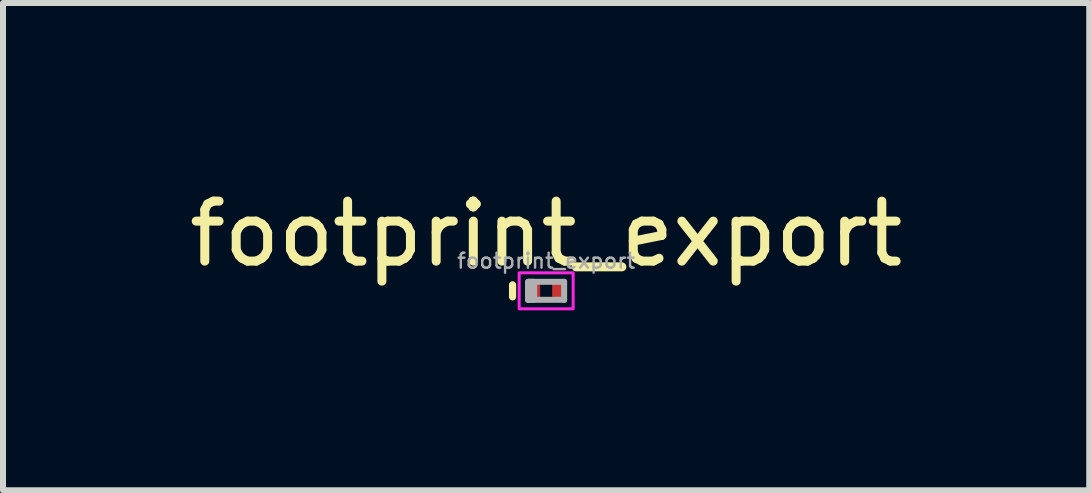
<source format=kicad_pcb>
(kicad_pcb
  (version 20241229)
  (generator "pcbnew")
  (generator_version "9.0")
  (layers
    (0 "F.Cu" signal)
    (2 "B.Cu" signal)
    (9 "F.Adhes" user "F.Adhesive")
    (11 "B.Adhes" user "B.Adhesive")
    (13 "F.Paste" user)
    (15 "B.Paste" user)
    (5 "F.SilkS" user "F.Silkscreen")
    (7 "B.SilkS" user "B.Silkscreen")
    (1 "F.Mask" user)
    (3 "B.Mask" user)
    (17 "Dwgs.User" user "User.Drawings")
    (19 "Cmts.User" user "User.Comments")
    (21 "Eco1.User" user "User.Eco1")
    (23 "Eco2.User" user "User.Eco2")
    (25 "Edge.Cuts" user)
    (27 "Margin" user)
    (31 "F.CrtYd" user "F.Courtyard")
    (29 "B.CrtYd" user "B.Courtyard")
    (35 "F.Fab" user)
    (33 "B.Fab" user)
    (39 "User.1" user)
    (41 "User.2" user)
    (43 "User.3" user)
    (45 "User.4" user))
  (footprint "footprint_export"
    (layer "F.Cu")
    (at 6.054 1.798)
    (property "Reference" "footprint_export" (at 0 -0.95 0) (layer "F.SilkS") (effects (font (size 1 1) (thickness 0.15))))
    (attr smd)
    (fp_line (start -0.56 0.1) (end -0.56 -0.1) (stroke (width 0.12) (type solid)) (layer "F.SilkS"))
    (fp_circle (center -0.208 0) (end -0.208 -0.128) (stroke (width 0) (type solid)) (fill yes) (layer "F.Paste"))
    (fp_circle (center 0.208 0) (end 0.208 -0.128) (stroke (width 0) (type solid)) (fill yes) (layer "F.Paste"))
    (fp_rect (start -0.45 0.3) (end 0.45 -0.3) (stroke (width 0.05) (type solid)) (fill no) (layer "F.CrtYd"))
    (fp_line (start -0.3 -0.15) (end 0.3 -0.15) (stroke (width 0.1) (type solid)) (layer "F.Fab"))
    (fp_line (start -0.3 0.15) (end -0.3 -0.15) (stroke (width 0.1) (type solid)) (layer "F.Fab"))
    (fp_line (start 0.3 -0.15) (end 0.3 0.15) (stroke (width 0.1) (type solid)) (layer "F.Fab"))
    (fp_line (start 0.3 0.15) (end -0.3 0.15) (stroke (width 0.1) (type solid)) (layer "F.Fab"))
    (fp_rect (start -0.3 -0.15) (end -0.2 0.15) (stroke (width 0.1) (type solid)) (fill no) (layer "F.Fab"))
    (fp_text user "${REFERENCE}" (at 0 -0.5 180) (layer "F.Fab") (effects (font (size 0.25 0.25) (thickness 0.04))))
    (pad "1" smd rect (at -0.2 0 90) (size 0.28 0.2) (layers "F.Cu" "F.Mask"))
    (pad "2" smd rect (at 0.2 0 90) (size 0.28 0.2) (layers "F.Cu" "F.Mask")))
  (gr_rect
    (start -3 -3)
    (end 15.107 5.123)
    (stroke (width 0.1) (type default))
    (fill no)
    (layer "Edge.Cuts")))
</source>
